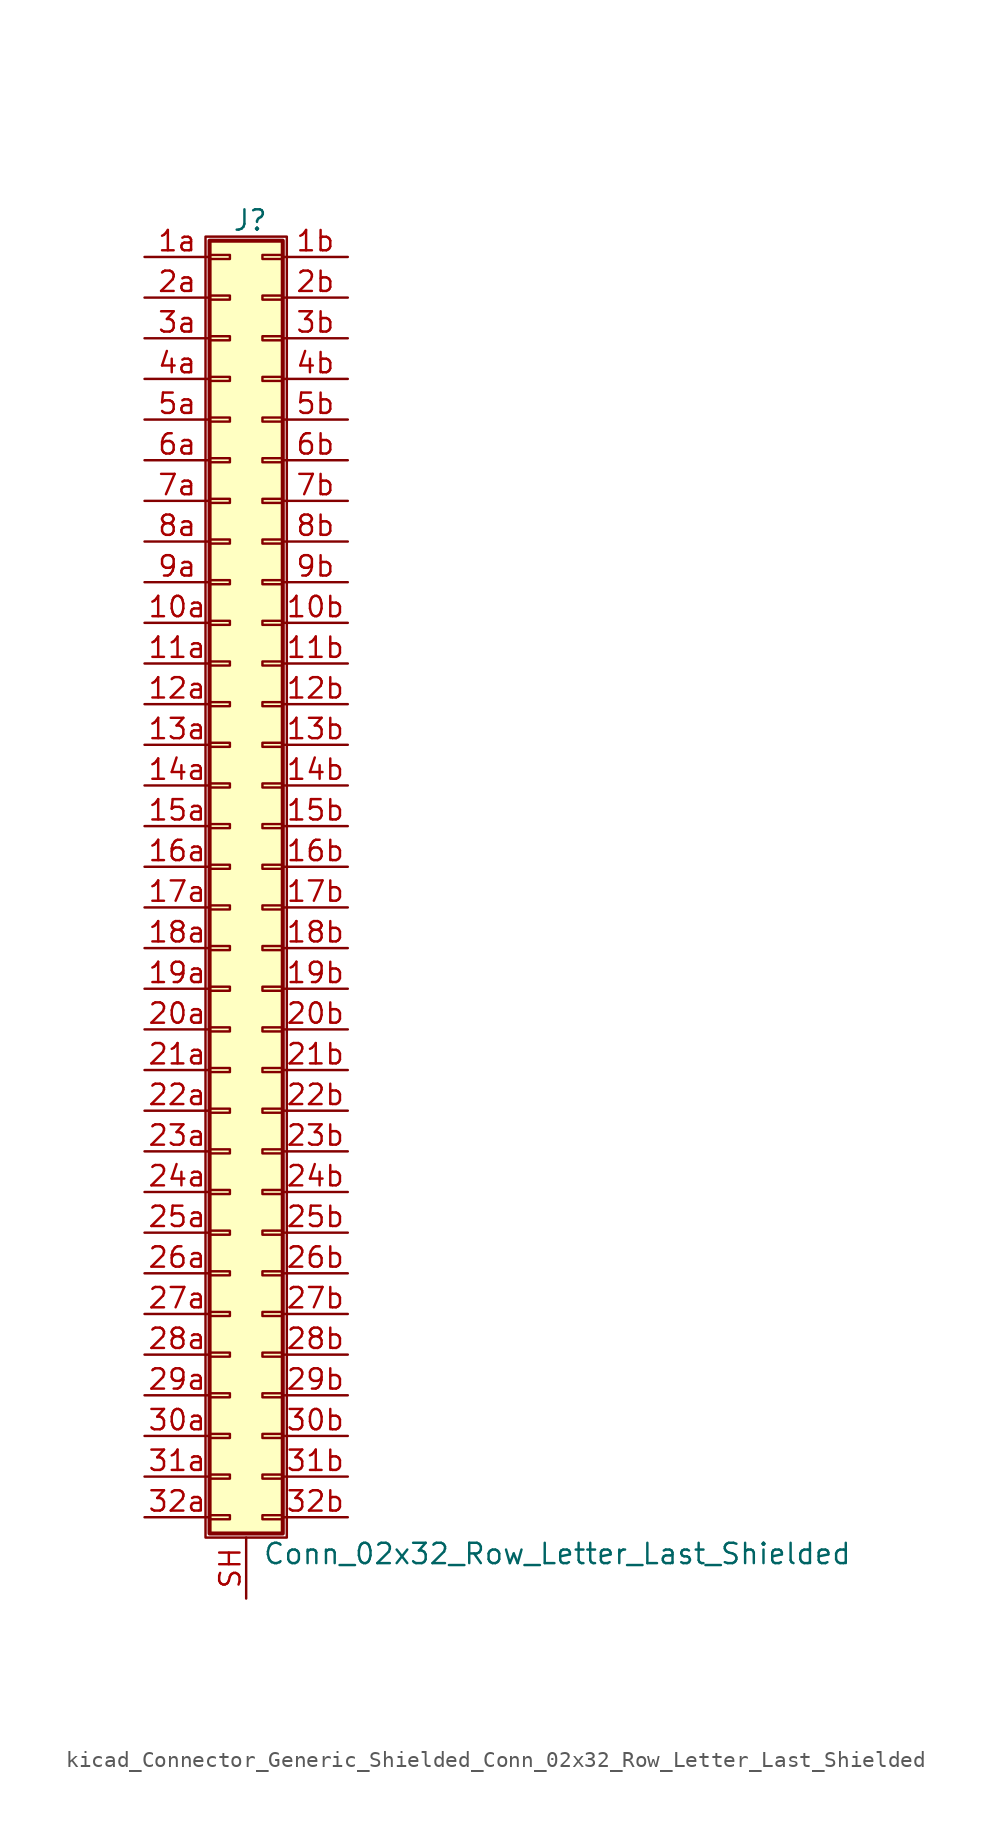
<source format=kicad_sym>
(kicad_symbol_lib
  (version 20220914)
  (generator kicad_symbol_editor)
  (symbol "kicad_Connector_Generic_Shielded_Conn_02x32_Row_Letter_Last_Shielded"
    (pin_names
      (offset 1.016) hide)
    (property "Reference" "J"
      (at 1.524 40.386 0)
      (effects (font (size 1.27 1.27))))
    (property "Value" "Conn_02x32_Row_Letter_Last_Shielded"
      (at 2.286 -42.926 0)
      (effects (font (size 1.27 1.27)) (justify left)))
    (symbol "kicad_Connector_Generic_Shielded_Conn_02x32_Row_Letter_Last_Shielded_1_1"
      (rectangle (start -1.27 39.37) (end 3.81 -41.91) (stroke (width 0.152) (type default)) (fill (type none)))
      (rectangle (start -1.016 -40.513) (end 0.254 -40.767) (stroke (width 0.152) (type default)) (fill (type none)))
      (rectangle (start -1.016 -37.973) (end 0.254 -38.227) (stroke (width 0.152) (type default)) (fill (type none)))
      (rectangle (start -1.016 -35.433) (end 0.254 -35.687) (stroke (width 0.152) (type default)) (fill (type none)))
      (rectangle (start -1.016 -32.893) (end 0.254 -33.147) (stroke (width 0.152) (type default)) (fill (type none)))
      (rectangle (start -1.016 -30.353) (end 0.254 -30.607) (stroke (width 0.152) (type default)) (fill (type none)))
      (rectangle (start -1.016 -27.813) (end 0.254 -28.067) (stroke (width 0.152) (type default)) (fill (type none)))
      (rectangle (start -1.016 -25.273) (end 0.254 -25.527) (stroke (width 0.152) (type default)) (fill (type none)))
      (rectangle (start -1.016 -22.733) (end 0.254 -22.987) (stroke (width 0.152) (type default)) (fill (type none)))
      (rectangle (start -1.016 -20.193) (end 0.254 -20.447) (stroke (width 0.152) (type default)) (fill (type none)))
      (rectangle (start -1.016 -17.653) (end 0.254 -17.907) (stroke (width 0.152) (type default)) (fill (type none)))
      (rectangle (start -1.016 -15.113) (end 0.254 -15.367) (stroke (width 0.152) (type default)) (fill (type none)))
      (rectangle (start -1.016 -12.573) (end 0.254 -12.827) (stroke (width 0.152) (type default)) (fill (type none)))
      (rectangle (start -1.016 -10.033) (end 0.254 -10.287) (stroke (width 0.152) (type default)) (fill (type none)))
      (rectangle (start -1.016 -7.493) (end 0.254 -7.747) (stroke (width 0.152) (type default)) (fill (type none)))
      (rectangle (start -1.016 -4.953) (end 0.254 -5.207) (stroke (width 0.152) (type default)) (fill (type none)))
      (rectangle (start -1.016 -2.413) (end 0.254 -2.667) (stroke (width 0.152) (type default)) (fill (type none)))
      (rectangle (start -1.016 0.127) (end 0.254 -0.127) (stroke (width 0.152) (type default)) (fill (type none)))
      (rectangle (start -1.016 2.667) (end 0.254 2.413) (stroke (width 0.152) (type default)) (fill (type none)))
      (rectangle (start -1.016 5.207) (end 0.254 4.953) (stroke (width 0.152) (type default)) (fill (type none)))
      (rectangle (start -1.016 7.747) (end 0.254 7.493) (stroke (width 0.152) (type default)) (fill (type none)))
      (rectangle (start -1.016 10.287) (end 0.254 10.033) (stroke (width 0.152) (type default)) (fill (type none)))
      (rectangle (start -1.016 12.827) (end 0.254 12.573) (stroke (width 0.152) (type default)) (fill (type none)))
      (rectangle (start -1.016 15.367) (end 0.254 15.113) (stroke (width 0.152) (type default)) (fill (type none)))
      (rectangle (start -1.016 17.907) (end 0.254 17.653) (stroke (width 0.152) (type default)) (fill (type none)))
      (rectangle (start -1.016 20.447) (end 0.254 20.193) (stroke (width 0.152) (type default)) (fill (type none)))
      (rectangle (start -1.016 22.987) (end 0.254 22.733) (stroke (width 0.152) (type default)) (fill (type none)))
      (rectangle (start -1.016 25.527) (end 0.254 25.273) (stroke (width 0.152) (type default)) (fill (type none)))
      (rectangle (start -1.016 28.067) (end 0.254 27.813) (stroke (width 0.152) (type default)) (fill (type none)))
      (rectangle (start -1.016 30.607) (end 0.254 30.353) (stroke (width 0.152) (type default)) (fill (type none)))
      (rectangle (start -1.016 33.147) (end 0.254 32.893) (stroke (width 0.152) (type default)) (fill (type none)))
      (rectangle (start -1.016 35.687) (end 0.254 35.433) (stroke (width 0.152) (type default)) (fill (type none)))
      (rectangle (start -1.016 38.227) (end 0.254 37.973) (stroke (width 0.152) (type default)) (fill (type none)))
      (rectangle (start -1.016 39.116) (end 3.556 -41.656) (stroke (width 0.254) (type default)) (fill (type background)))
      (rectangle (start 3.556 -40.513) (end 2.286 -40.767) (stroke (width 0.152) (type default)) (fill (type none)))
      (rectangle (start 3.556 -37.973) (end 2.286 -38.227) (stroke (width 0.152) (type default)) (fill (type none)))
      (rectangle (start 3.556 -35.433) (end 2.286 -35.687) (stroke (width 0.152) (type default)) (fill (type none)))
      (rectangle (start 3.556 -32.893) (end 2.286 -33.147) (stroke (width 0.152) (type default)) (fill (type none)))
      (rectangle (start 3.556 -30.353) (end 2.286 -30.607) (stroke (width 0.152) (type default)) (fill (type none)))
      (rectangle (start 3.556 -27.813) (end 2.286 -28.067) (stroke (width 0.152) (type default)) (fill (type none)))
      (rectangle (start 3.556 -25.273) (end 2.286 -25.527) (stroke (width 0.152) (type default)) (fill (type none)))
      (rectangle (start 3.556 -22.733) (end 2.286 -22.987) (stroke (width 0.152) (type default)) (fill (type none)))
      (rectangle (start 3.556 -20.193) (end 2.286 -20.447) (stroke (width 0.152) (type default)) (fill (type none)))
      (rectangle (start 3.556 -17.653) (end 2.286 -17.907) (stroke (width 0.152) (type default)) (fill (type none)))
      (rectangle (start 3.556 -15.113) (end 2.286 -15.367) (stroke (width 0.152) (type default)) (fill (type none)))
      (rectangle (start 3.556 -12.573) (end 2.286 -12.827) (stroke (width 0.152) (type default)) (fill (type none)))
      (rectangle (start 3.556 -10.033) (end 2.286 -10.287) (stroke (width 0.152) (type default)) (fill (type none)))
      (rectangle (start 3.556 -7.493) (end 2.286 -7.747) (stroke (width 0.152) (type default)) (fill (type none)))
      (rectangle (start 3.556 -4.953) (end 2.286 -5.207) (stroke (width 0.152) (type default)) (fill (type none)))
      (rectangle (start 3.556 -2.413) (end 2.286 -2.667) (stroke (width 0.152) (type default)) (fill (type none)))
      (rectangle (start 3.556 0.127) (end 2.286 -0.127) (stroke (width 0.152) (type default)) (fill (type none)))
      (rectangle (start 3.556 2.667) (end 2.286 2.413) (stroke (width 0.152) (type default)) (fill (type none)))
      (rectangle (start 3.556 5.207) (end 2.286 4.953) (stroke (width 0.152) (type default)) (fill (type none)))
      (rectangle (start 3.556 7.747) (end 2.286 7.493) (stroke (width 0.152) (type default)) (fill (type none)))
      (rectangle (start 3.556 10.287) (end 2.286 10.033) (stroke (width 0.152) (type default)) (fill (type none)))
      (rectangle (start 3.556 12.827) (end 2.286 12.573) (stroke (width 0.152) (type default)) (fill (type none)))
      (rectangle (start 3.556 15.367) (end 2.286 15.113) (stroke (width 0.152) (type default)) (fill (type none)))
      (rectangle (start 3.556 17.907) (end 2.286 17.653) (stroke (width 0.152) (type default)) (fill (type none)))
      (rectangle (start 3.556 20.447) (end 2.286 20.193) (stroke (width 0.152) (type default)) (fill (type none)))
      (rectangle (start 3.556 22.987) (end 2.286 22.733) (stroke (width 0.152) (type default)) (fill (type none)))
      (rectangle (start 3.556 25.527) (end 2.286 25.273) (stroke (width 0.152) (type default)) (fill (type none)))
      (rectangle (start 3.556 28.067) (end 2.286 27.813) (stroke (width 0.152) (type default)) (fill (type none)))
      (rectangle (start 3.556 30.607) (end 2.286 30.353) (stroke (width 0.152) (type default)) (fill (type none)))
      (rectangle (start 3.556 33.147) (end 2.286 32.893) (stroke (width 0.152) (type default)) (fill (type none)))
      (rectangle (start 3.556 35.687) (end 2.286 35.433) (stroke (width 0.152) (type default)) (fill (type none)))
      (rectangle (start 3.556 38.227) (end 2.286 37.973) (stroke (width 0.152) (type default)) (fill (type none)))
      (pin passive line (at -5.08 15.24 0) (length 4.064) (name "Pin_10a" (effects (font (size 1.27 1.27)))) (number "10a" (effects (font (size 1.27 1.27)))))
      (pin passive line (at 7.62 15.24 180) (length 4.064) (name "Pin_10b" (effects (font (size 1.27 1.27)))) (number "10b" (effects (font (size 1.27 1.27)))))
      (pin passive line (at -5.08 12.7 0) (length 4.064) (name "Pin_11a" (effects (font (size 1.27 1.27)))) (number "11a" (effects (font (size 1.27 1.27)))))
      (pin passive line (at 7.62 12.7 180) (length 4.064) (name "Pin_11b" (effects (font (size 1.27 1.27)))) (number "11b" (effects (font (size 1.27 1.27)))))
      (pin passive line (at -5.08 10.16 0) (length 4.064) (name "Pin_12a" (effects (font (size 1.27 1.27)))) (number "12a" (effects (font (size 1.27 1.27)))))
      (pin passive line (at 7.62 10.16 180) (length 4.064) (name "Pin_12b" (effects (font (size 1.27 1.27)))) (number "12b" (effects (font (size 1.27 1.27)))))
      (pin passive line (at -5.08 7.62 0) (length 4.064) (name "Pin_13a" (effects (font (size 1.27 1.27)))) (number "13a" (effects (font (size 1.27 1.27)))))
      (pin passive line (at 7.62 7.62 180) (length 4.064) (name "Pin_13b" (effects (font (size 1.27 1.27)))) (number "13b" (effects (font (size 1.27 1.27)))))
      (pin passive line (at -5.08 5.08 0) (length 4.064) (name "Pin_14a" (effects (font (size 1.27 1.27)))) (number "14a" (effects (font (size 1.27 1.27)))))
      (pin passive line (at 7.62 5.08 180) (length 4.064) (name "Pin_14b" (effects (font (size 1.27 1.27)))) (number "14b" (effects (font (size 1.27 1.27)))))
      (pin passive line (at -5.08 2.54 0) (length 4.064) (name "Pin_15a" (effects (font (size 1.27 1.27)))) (number "15a" (effects (font (size 1.27 1.27)))))
      (pin passive line (at 7.62 2.54 180) (length 4.064) (name "Pin_15b" (effects (font (size 1.27 1.27)))) (number "15b" (effects (font (size 1.27 1.27)))))
      (pin passive line (at -5.08 0 0) (length 4.064) (name "Pin_16a" (effects (font (size 1.27 1.27)))) (number "16a" (effects (font (size 1.27 1.27)))))
      (pin passive line (at 7.62 0 180) (length 4.064) (name "Pin_16b" (effects (font (size 1.27 1.27)))) (number "16b" (effects (font (size 1.27 1.27)))))
      (pin passive line (at -5.08 -2.54 0) (length 4.064) (name "Pin_17a" (effects (font (size 1.27 1.27)))) (number "17a" (effects (font (size 1.27 1.27)))))
      (pin passive line (at 7.62 -2.54 180) (length 4.064) (name "Pin_17b" (effects (font (size 1.27 1.27)))) (number "17b" (effects (font (size 1.27 1.27)))))
      (pin passive line (at -5.08 -5.08 0) (length 4.064) (name "Pin_18a" (effects (font (size 1.27 1.27)))) (number "18a" (effects (font (size 1.27 1.27)))))
      (pin passive line (at 7.62 -5.08 180) (length 4.064) (name "Pin_18b" (effects (font (size 1.27 1.27)))) (number "18b" (effects (font (size 1.27 1.27)))))
      (pin passive line (at -5.08 -7.62 0) (length 4.064) (name "Pin_19a" (effects (font (size 1.27 1.27)))) (number "19a" (effects (font (size 1.27 1.27)))))
      (pin passive line (at 7.62 -7.62 180) (length 4.064) (name "Pin_19b" (effects (font (size 1.27 1.27)))) (number "19b" (effects (font (size 1.27 1.27)))))
      (pin passive line (at -5.08 38.1 0) (length 4.064) (name "Pin_1a" (effects (font (size 1.27 1.27)))) (number "1a" (effects (font (size 1.27 1.27)))))
      (pin passive line (at 7.62 38.1 180) (length 4.064) (name "Pin_1b" (effects (font (size 1.27 1.27)))) (number "1b" (effects (font (size 1.27 1.27)))))
      (pin passive line (at -5.08 -10.16 0) (length 4.064) (name "Pin_20a" (effects (font (size 1.27 1.27)))) (number "20a" (effects (font (size 1.27 1.27)))))
      (pin passive line (at 7.62 -10.16 180) (length 4.064) (name "Pin_20b" (effects (font (size 1.27 1.27)))) (number "20b" (effects (font (size 1.27 1.27)))))
      (pin passive line (at -5.08 -12.7 0) (length 4.064) (name "Pin_21a" (effects (font (size 1.27 1.27)))) (number "21a" (effects (font (size 1.27 1.27)))))
      (pin passive line (at 7.62 -12.7 180) (length 4.064) (name "Pin_21b" (effects (font (size 1.27 1.27)))) (number "21b" (effects (font (size 1.27 1.27)))))
      (pin passive line (at -5.08 -15.24 0) (length 4.064) (name "Pin_22a" (effects (font (size 1.27 1.27)))) (number "22a" (effects (font (size 1.27 1.27)))))
      (pin passive line (at 7.62 -15.24 180) (length 4.064) (name "Pin_22b" (effects (font (size 1.27 1.27)))) (number "22b" (effects (font (size 1.27 1.27)))))
      (pin passive line (at -5.08 -17.78 0) (length 4.064) (name "Pin_23a" (effects (font (size 1.27 1.27)))) (number "23a" (effects (font (size 1.27 1.27)))))
      (pin passive line (at 7.62 -17.78 180) (length 4.064) (name "Pin_23b" (effects (font (size 1.27 1.27)))) (number "23b" (effects (font (size 1.27 1.27)))))
      (pin passive line (at -5.08 -20.32 0) (length 4.064) (name "Pin_24a" (effects (font (size 1.27 1.27)))) (number "24a" (effects (font (size 1.27 1.27)))))
      (pin passive line (at 7.62 -20.32 180) (length 4.064) (name "Pin_24b" (effects (font (size 1.27 1.27)))) (number "24b" (effects (font (size 1.27 1.27)))))
      (pin passive line (at -5.08 -22.86 0) (length 4.064) (name "Pin_25a" (effects (font (size 1.27 1.27)))) (number "25a" (effects (font (size 1.27 1.27)))))
      (pin passive line (at 7.62 -22.86 180) (length 4.064) (name "Pin_25b" (effects (font (size 1.27 1.27)))) (number "25b" (effects (font (size 1.27 1.27)))))
      (pin passive line (at -5.08 -25.4 0) (length 4.064) (name "Pin_26a" (effects (font (size 1.27 1.27)))) (number "26a" (effects (font (size 1.27 1.27)))))
      (pin passive line (at 7.62 -25.4 180) (length 4.064) (name "Pin_26b" (effects (font (size 1.27 1.27)))) (number "26b" (effects (font (size 1.27 1.27)))))
      (pin passive line (at -5.08 -27.94 0) (length 4.064) (name "Pin_27a" (effects (font (size 1.27 1.27)))) (number "27a" (effects (font (size 1.27 1.27)))))
      (pin passive line (at 7.62 -27.94 180) (length 4.064) (name "Pin_27b" (effects (font (size 1.27 1.27)))) (number "27b" (effects (font (size 1.27 1.27)))))
      (pin passive line (at -5.08 -30.48 0) (length 4.064) (name "Pin_28a" (effects (font (size 1.27 1.27)))) (number "28a" (effects (font (size 1.27 1.27)))))
      (pin passive line (at 7.62 -30.48 180) (length 4.064) (name "Pin_28b" (effects (font (size 1.27 1.27)))) (number "28b" (effects (font (size 1.27 1.27)))))
      (pin passive line (at -5.08 -33.02 0) (length 4.064) (name "Pin_29a" (effects (font (size 1.27 1.27)))) (number "29a" (effects (font (size 1.27 1.27)))))
      (pin passive line (at 7.62 -33.02 180) (length 4.064) (name "Pin_29b" (effects (font (size 1.27 1.27)))) (number "29b" (effects (font (size 1.27 1.27)))))
      (pin passive line (at -5.08 35.56 0) (length 4.064) (name "Pin_2a" (effects (font (size 1.27 1.27)))) (number "2a" (effects (font (size 1.27 1.27)))))
      (pin passive line (at 7.62 35.56 180) (length 4.064) (name "Pin_2b" (effects (font (size 1.27 1.27)))) (number "2b" (effects (font (size 1.27 1.27)))))
      (pin passive line (at -5.08 -35.56 0) (length 4.064) (name "Pin_30a" (effects (font (size 1.27 1.27)))) (number "30a" (effects (font (size 1.27 1.27)))))
      (pin passive line (at 7.62 -35.56 180) (length 4.064) (name "Pin_30b" (effects (font (size 1.27 1.27)))) (number "30b" (effects (font (size 1.27 1.27)))))
      (pin passive line (at -5.08 -38.1 0) (length 4.064) (name "Pin_31a" (effects (font (size 1.27 1.27)))) (number "31a" (effects (font (size 1.27 1.27)))))
      (pin passive line (at 7.62 -38.1 180) (length 4.064) (name "Pin_31b" (effects (font (size 1.27 1.27)))) (number "31b" (effects (font (size 1.27 1.27)))))
      (pin passive line (at -5.08 -40.64 0) (length 4.064) (name "Pin_32a" (effects (font (size 1.27 1.27)))) (number "32a" (effects (font (size 1.27 1.27)))))
      (pin passive line (at 7.62 -40.64 180) (length 4.064) (name "Pin_32b" (effects (font (size 1.27 1.27)))) (number "32b" (effects (font (size 1.27 1.27)))))
      (pin passive line (at -5.08 33.02 0) (length 4.064) (name "Pin_3a" (effects (font (size 1.27 1.27)))) (number "3a" (effects (font (size 1.27 1.27)))))
      (pin passive line (at 7.62 33.02 180) (length 4.064) (name "Pin_3b" (effects (font (size 1.27 1.27)))) (number "3b" (effects (font (size 1.27 1.27)))))
      (pin passive line (at -5.08 30.48 0) (length 4.064) (name "Pin_4a" (effects (font (size 1.27 1.27)))) (number "4a" (effects (font (size 1.27 1.27)))))
      (pin passive line (at 7.62 30.48 180) (length 4.064) (name "Pin_4b" (effects (font (size 1.27 1.27)))) (number "4b" (effects (font (size 1.27 1.27)))))
      (pin passive line (at -5.08 27.94 0) (length 4.064) (name "Pin_5a" (effects (font (size 1.27 1.27)))) (number "5a" (effects (font (size 1.27 1.27)))))
      (pin passive line (at 7.62 27.94 180) (length 4.064) (name "Pin_5b" (effects (font (size 1.27 1.27)))) (number "5b" (effects (font (size 1.27 1.27)))))
      (pin passive line (at -5.08 25.4 0) (length 4.064) (name "Pin_6a" (effects (font (size 1.27 1.27)))) (number "6a" (effects (font (size 1.27 1.27)))))
      (pin passive line (at 7.62 25.4 180) (length 4.064) (name "Pin_6b" (effects (font (size 1.27 1.27)))) (number "6b" (effects (font (size 1.27 1.27)))))
      (pin passive line (at -5.08 22.86 0) (length 4.064) (name "Pin_7a" (effects (font (size 1.27 1.27)))) (number "7a" (effects (font (size 1.27 1.27)))))
      (pin passive line (at 7.62 22.86 180) (length 4.064) (name "Pin_7b" (effects (font (size 1.27 1.27)))) (number "7b" (effects (font (size 1.27 1.27)))))
      (pin passive line (at -5.08 20.32 0) (length 4.064) (name "Pin_8a" (effects (font (size 1.27 1.27)))) (number "8a" (effects (font (size 1.27 1.27)))))
      (pin passive line (at 7.62 20.32 180) (length 4.064) (name "Pin_8b" (effects (font (size 1.27 1.27)))) (number "8b" (effects (font (size 1.27 1.27)))))
      (pin passive line (at -5.08 17.78 0) (length 4.064) (name "Pin_9a" (effects (font (size 1.27 1.27)))) (number "9a" (effects (font (size 1.27 1.27)))))
      (pin passive line (at 7.62 17.78 180) (length 4.064) (name "Pin_9b" (effects (font (size 1.27 1.27)))) (number "9b" (effects (font (size 1.27 1.27)))))
      (pin passive line (at 1.27 -45.72 90) (length 3.81) (name "Shield" (effects (font (size 1.27 1.27)))) (number "SH" (effects (font (size 1.27 1.27))))))))
</source>
